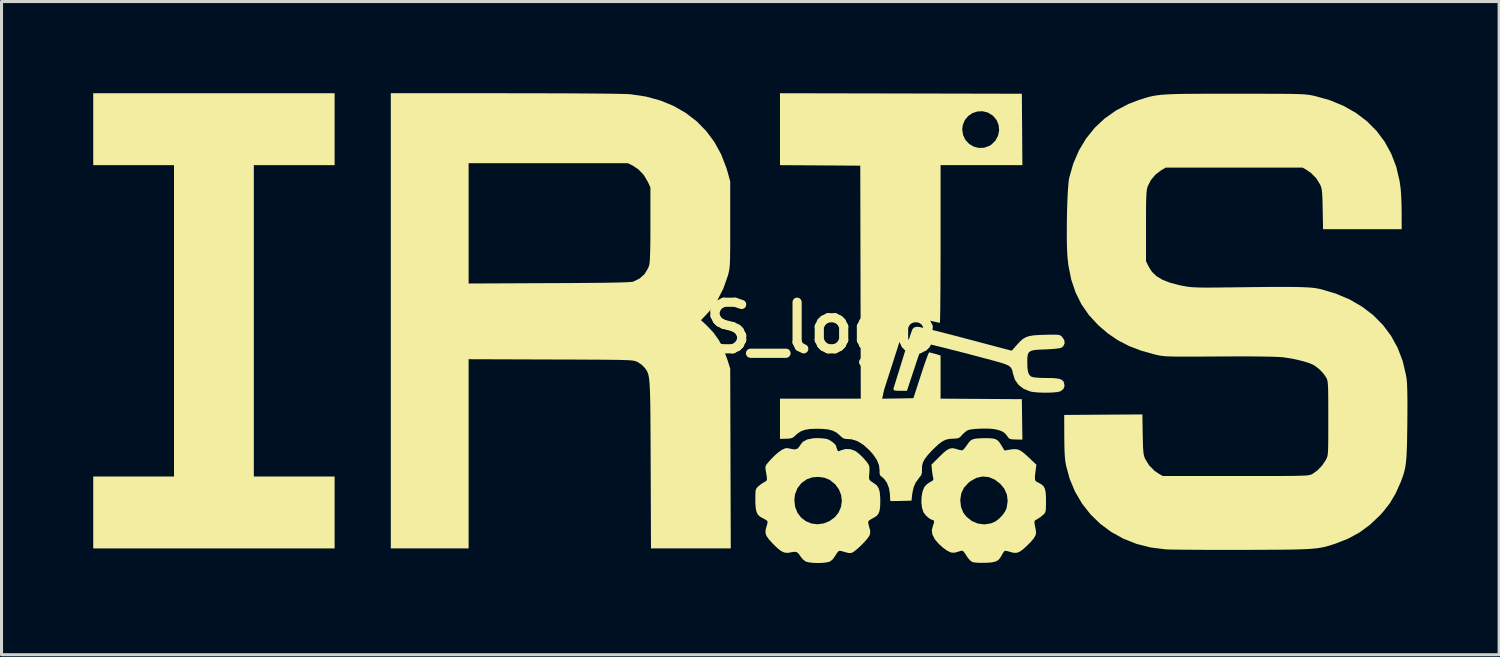
<source format=kicad_pcb>
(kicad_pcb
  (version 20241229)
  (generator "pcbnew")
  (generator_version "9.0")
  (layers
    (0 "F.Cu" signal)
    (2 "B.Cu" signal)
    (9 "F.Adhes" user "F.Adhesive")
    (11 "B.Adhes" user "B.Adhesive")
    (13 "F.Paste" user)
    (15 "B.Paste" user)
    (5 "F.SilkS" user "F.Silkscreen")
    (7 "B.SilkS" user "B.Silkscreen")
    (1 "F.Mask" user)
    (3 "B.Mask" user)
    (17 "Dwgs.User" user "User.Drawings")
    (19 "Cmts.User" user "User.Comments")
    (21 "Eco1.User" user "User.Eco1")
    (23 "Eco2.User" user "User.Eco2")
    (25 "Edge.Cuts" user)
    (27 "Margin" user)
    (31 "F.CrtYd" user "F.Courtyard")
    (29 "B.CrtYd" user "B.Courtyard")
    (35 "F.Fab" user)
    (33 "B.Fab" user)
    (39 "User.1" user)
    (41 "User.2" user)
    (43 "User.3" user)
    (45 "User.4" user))
  (footprint "IRIS_logo"
    (layer "F.Cu")
    (at 22.338 7.672)
    (property "Reference" "IRIS_logo" (at 0 0 0) (layer "F.SilkS") (effects (font (size 1.524 1.524) (thickness 0.3))))
    (attr board_only exclude_from_pos_files exclude_from_bom)
    (fp_poly (pts (xy -14.441 -5.319) (xy -17.084 -5.319) (xy -17.084 4.867) (xy -14.441 4.867) (xy -14.441 7.22) (xy -22.338 7.22) (xy -22.338 4.867) (xy -19.695 4.867) (xy -19.695 -5.319) (xy -22.338 -5.319) (xy -22.338 -7.672) (xy -14.441 -7.672)) (stroke (width 0) (type solid)) (fill yes) (layer "F.SilkS"))
    (fp_poly (pts (xy -8.856 -7.672) (xy -8.249 -7.671) (xy -7.682 -7.67) (xy -7.157 -7.669) (xy -6.677 -7.667) (xy -6.243 -7.664) (xy -5.859 -7.661) (xy -5.526 -7.658) (xy -5.248 -7.654) (xy -5.027 -7.649) (xy -4.865 -7.644) (xy -4.764 -7.639) (xy -4.754 -7.638) (xy -4.253 -7.563) (xy -3.784 -7.434) (xy -3.35 -7.256) (xy -2.954 -7.028) (xy -2.597 -6.754) (xy -2.284 -6.435) (xy -2.015 -6.074) (xy -1.795 -5.672) (xy -1.625 -5.232) (xy -1.588 -5.109) (xy -1.499 -4.787) (xy -1.499 -3.385) (xy -1.499 -3.046) (xy -1.499 -2.766) (xy -1.501 -2.536) (xy -1.503 -2.351) (xy -1.506 -2.203) (xy -1.511 -2.085) (xy -1.518 -1.991) (xy -1.528 -1.914) (xy -1.539 -1.848) (xy -1.554 -1.784) (xy -1.572 -1.718) (xy -1.574 -1.708) (xy -1.721 -1.287) (xy -1.917 -0.903) (xy -2.163 -0.561) (xy -2.288 -0.422) (xy -2.455 -0.248) (xy -2.277 -0.084) (xy -2.052 0.152) (xy -1.868 0.41) (xy -1.717 0.705) (xy -1.59 1.049) (xy -1.588 1.054) (xy -1.499 1.338) (xy -1.49 4.279) (xy -1.481 7.22) (xy -4.091 7.22) (xy -4.101 4.489) (xy -4.103 3.987) (xy -4.105 3.547) (xy -4.108 3.162) (xy -4.11 2.829) (xy -4.113 2.543) (xy -4.118 2.301) (xy -4.123 2.099) (xy -4.131 1.931) (xy -4.14 1.794) (xy -4.151 1.683) (xy -4.164 1.594) (xy -4.18 1.524) (xy -4.199 1.468) (xy -4.221 1.421) (xy -4.246 1.379) (xy -4.275 1.339) (xy -4.303 1.303) (xy -4.39 1.216) (xy -4.501 1.138) (xy -4.541 1.116) (xy -4.569 1.104) (xy -4.598 1.093) (xy -4.632 1.084) (xy -4.676 1.076) (xy -4.734 1.069) (xy -4.811 1.063) (xy -4.911 1.059) (xy -5.038 1.055) (xy -5.196 1.051) (xy -5.39 1.049) (xy -5.624 1.046) (xy -5.902 1.045) (xy -6.229 1.043) (xy -6.609 1.041) (xy -7.047 1.04) (xy -7.373 1.039) (xy -10.057 1.03) (xy -10.057 7.22) (xy -12.603 7.22) (xy -12.603 -1.447) (xy -10.057 -1.447) (xy -7.422 -1.459) (xy -6.908 -1.461) (xy -6.456 -1.464) (xy -6.062 -1.467) (xy -5.724 -1.47) (xy -5.439 -1.474) (xy -5.203 -1.479) (xy -5.014 -1.484) (xy -4.868 -1.49) (xy -4.764 -1.496) (xy -4.697 -1.503) (xy -4.67 -1.509) (xy -4.464 -1.609) (xy -4.301 -1.757) (xy -4.185 -1.948) (xy -4.15 -2.044) (xy -4.139 -2.105) (xy -4.129 -2.207) (xy -4.122 -2.353) (xy -4.116 -2.549) (xy -4.112 -2.798) (xy -4.11 -3.104) (xy -4.11 -3.385) (xy -4.11 -4.593) (xy -4.195 -4.774) (xy -4.331 -5.002) (xy -4.504 -5.183) (xy -4.682 -5.301) (xy -4.848 -5.383) (xy -10.057 -5.383) (xy -10.057 -1.447) (xy -12.603 -1.447) (xy -12.603 -7.672)) (stroke (width 0) (type solid)) (fill yes) (layer "F.SilkS"))
    (fp_poly (pts (xy 4.686 -0.024) (xy 4.797 -0.001) (xy 4.955 0.036) (xy 5.154 0.083) (xy 5.386 0.141) (xy 5.645 0.207) (xy 5.921 0.279) (xy 6.04 0.31) (xy 6.326 0.386) (xy 6.599 0.458) (xy 6.852 0.525) (xy 7.077 0.585) (xy 7.265 0.634) (xy 7.41 0.673) (xy 7.503 0.697) (xy 7.522 0.702) (xy 7.712 0.751) (xy 7.873 0.568) (xy 7.977 0.455) (xy 8.071 0.371) (xy 8.168 0.313) (xy 8.281 0.274) (xy 8.422 0.25) (xy 8.605 0.237) (xy 8.79 0.231) (xy 8.978 0.227) (xy 9.112 0.226) (xy 9.204 0.229) (xy 9.264 0.238) (xy 9.305 0.254) (xy 9.338 0.278) (xy 9.362 0.302) (xy 9.43 0.404) (xy 9.442 0.509) (xy 9.398 0.603) (xy 9.336 0.653) (xy 9.276 0.669) (xy 9.164 0.685) (xy 9.011 0.698) (xy 8.828 0.708) (xy 8.805 0.709) (xy 8.598 0.717) (xy 8.446 0.731) (xy 8.342 0.756) (xy 8.276 0.799) (xy 8.239 0.867) (xy 8.223 0.966) (xy 8.22 1.102) (xy 8.22 1.146) (xy 8.226 1.328) (xy 8.247 1.456) (xy 8.287 1.543) (xy 8.348 1.597) (xy 8.37 1.608) (xy 8.433 1.622) (xy 8.544 1.634) (xy 8.689 1.642) (xy 8.831 1.644) (xy 9.035 1.647) (xy 9.184 1.658) (xy 9.288 1.678) (xy 9.358 1.711) (xy 9.402 1.759) (xy 9.417 1.786) (xy 9.44 1.902) (xy 9.403 2.002) (xy 9.312 2.076) (xy 9.299 2.081) (xy 9.209 2.103) (xy 9.073 2.117) (xy 8.907 2.125) (xy 8.729 2.124) (xy 8.557 2.117) (xy 8.408 2.102) (xy 8.315 2.084) (xy 8.101 1.998) (xy 7.934 1.869) (xy 7.816 1.702) (xy 7.751 1.499) (xy 7.749 1.489) (xy 7.727 1.387) (xy 7.689 1.311) (xy 7.626 1.252) (xy 7.526 1.202) (xy 7.379 1.152) (xy 7.284 1.124) (xy 7.102 1.074) (xy 6.89 1.017) (xy 6.656 0.954) (xy 6.408 0.889) (xy 6.154 0.823) (xy 5.901 0.758) (xy 5.657 0.696) (xy 5.429 0.638) (xy 5.226 0.588) (xy 5.055 0.547) (xy 4.924 0.516) (xy 4.841 0.498) (xy 4.813 0.495) (xy 4.799 0.529) (xy 4.767 0.615) (xy 4.722 0.747) (xy 4.665 0.914) (xy 4.599 1.109) (xy 4.54 1.287) (xy 4.283 2.063) (xy 4.059 2.063) (xy 3.937 2.061) (xy 3.869 2.05) (xy 3.843 2.022) (xy 3.849 1.968) (xy 3.866 1.915) (xy 3.883 1.86) (xy 3.916 1.752) (xy 3.963 1.601) (xy 4.021 1.416) (xy 4.086 1.205) (xy 4.156 0.977) (xy 4.159 0.967) (xy 4.23 0.74) (xy 4.297 0.53) (xy 4.357 0.347) (xy 4.407 0.199) (xy 4.445 0.094) (xy 4.467 0.041) (xy 4.468 0.04) (xy 4.527 -0.015) (xy 4.621 -0.032) (xy 4.63 -0.032)) (stroke (width 0) (type solid)) (fill yes) (layer "F.SilkS"))
    (fp_poly (pts (xy 7.096 3.624) (xy 7.188 3.648) (xy 7.258 3.691) (xy 7.317 3.76) (xy 7.364 3.834) (xy 7.475 4.017) (xy 7.666 3.985) (xy 7.783 3.971) (xy 7.879 3.976) (xy 7.968 4.006) (xy 8.065 4.067) (xy 8.182 4.166) (xy 8.28 4.256) (xy 8.518 4.481) (xy 8.495 4.65) (xy 8.476 4.805) (xy 8.468 4.909) (xy 8.474 4.975) (xy 8.496 5.017) (xy 8.538 5.046) (xy 8.579 5.067) (xy 8.679 5.122) (xy 8.75 5.183) (xy 8.795 5.264) (xy 8.82 5.376) (xy 8.83 5.532) (xy 8.832 5.664) (xy 8.831 5.823) (xy 8.828 5.932) (xy 8.818 6.003) (xy 8.801 6.051) (xy 8.772 6.089) (xy 8.742 6.119) (xy 8.649 6.195) (xy 8.548 6.26) (xy 8.545 6.262) (xy 8.494 6.289) (xy 8.464 6.315) (xy 8.453 6.354) (xy 8.459 6.42) (xy 8.48 6.526) (xy 8.498 6.616) (xy 8.507 6.708) (xy 8.487 6.796) (xy 8.432 6.891) (xy 8.336 7.004) (xy 8.234 7.108) (xy 8.098 7.235) (xy 7.989 7.317) (xy 7.895 7.359) (xy 7.801 7.367) (xy 7.696 7.345) (xy 7.66 7.333) (xy 7.566 7.307) (xy 7.497 7.298) (xy 7.477 7.302) (xy 7.444 7.341) (xy 7.398 7.415) (xy 7.381 7.448) (xy 7.323 7.544) (xy 7.256 7.611) (xy 7.168 7.654) (xy 7.046 7.678) (xy 6.876 7.69) (xy 6.819 7.691) (xy 6.642 7.691) (xy 6.506 7.681) (xy 6.421 7.664) (xy 6.412 7.66) (xy 6.345 7.608) (xy 6.276 7.528) (xy 6.264 7.51) (xy 6.191 7.397) (xy 6.142 7.329) (xy 6.102 7.298) (xy 6.057 7.296) (xy 5.995 7.315) (xy 5.956 7.328) (xy 5.845 7.358) (xy 5.76 7.359) (xy 5.699 7.343) (xy 5.582 7.284) (xy 5.449 7.186) (xy 5.319 7.066) (xy 5.212 6.941) (xy 5.184 6.9) (xy 5.113 6.756) (xy 5.097 6.622) (xy 5.134 6.477) (xy 5.141 6.458) (xy 5.172 6.358) (xy 5.16 6.302) (xy 5.11 6.286) (xy 5.049 6.262) (xy 4.97 6.204) (xy 4.89 6.126) (xy 4.83 6.047) (xy 4.822 6.032) (xy 4.775 5.888) (xy 4.755 5.712) (xy 4.757 5.65) (xy 6.028 5.65) (xy 6.052 5.867) (xy 6.128 6.051) (xy 6.231 6.184) (xy 6.406 6.323) (xy 6.604 6.407) (xy 6.814 6.434) (xy 7.025 6.402) (xy 7.157 6.349) (xy 7.278 6.265) (xy 7.396 6.147) (xy 7.491 6.016) (xy 7.543 5.901) (xy 7.579 5.669) (xy 7.553 5.457) (xy 7.466 5.263) (xy 7.338 5.108) (xy 7.153 4.966) (xy 6.957 4.885) (xy 6.757 4.867) (xy 6.557 4.911) (xy 6.364 5.018) (xy 6.295 5.073) (xy 6.149 5.233) (xy 6.063 5.409) (xy 6.029 5.613) (xy 6.028 5.65) (xy 4.757 5.65) (xy 4.762 5.527) (xy 4.794 5.354) (xy 4.851 5.215) (xy 4.865 5.193) (xy 4.94 5.116) (xy 5.036 5.051) (xy 5.047 5.046) (xy 5.122 5.003) (xy 5.148 4.961) (xy 5.143 4.921) (xy 5.128 4.85) (xy 5.112 4.744) (xy 5.103 4.666) (xy 5.084 4.48) (xy 5.339 4.225) (xy 5.478 4.091) (xy 5.589 4.002) (xy 5.683 3.954) (xy 5.772 3.94) (xy 5.867 3.957) (xy 5.924 3.976) (xy 6.017 4.002) (xy 6.09 4.009) (xy 6.109 4.005) (xy 6.149 3.966) (xy 6.208 3.891) (xy 6.259 3.82) (xy 6.321 3.734) (xy 6.383 3.677) (xy 6.46 3.642) (xy 6.566 3.624) (xy 6.716 3.616) (xy 6.785 3.614) (xy 6.966 3.614)) (stroke (width 0) (type solid)) (fill yes) (layer "F.SilkS"))
    (fp_poly (pts (xy 1.471 3.615) (xy 1.594 3.627) (xy 1.674 3.642) (xy 1.754 3.678) (xy 1.841 3.735) (xy 1.916 3.798) (xy 1.961 3.854) (xy 1.966 3.872) (xy 1.977 3.917) (xy 1.997 3.977) (xy 2.023 4.032) (xy 2.057 4.04) (xy 2.118 4.012) (xy 2.27 3.967) (xy 2.435 3.973) (xy 2.589 4.03) (xy 2.63 4.056) (xy 2.747 4.152) (xy 2.86 4.264) (xy 2.958 4.377) (xy 3.026 4.476) (xy 3.049 4.529) (xy 3.058 4.611) (xy 3.056 4.723) (xy 3.05 4.788) (xy 3.041 4.893) (xy 3.052 4.962) (xy 3.094 5.015) (xy 3.178 5.072) (xy 3.217 5.096) (xy 3.3 5.161) (xy 3.357 5.249) (xy 3.392 5.37) (xy 3.408 5.536) (xy 3.411 5.674) (xy 3.405 5.86) (xy 3.385 5.996) (xy 3.345 6.093) (xy 3.281 6.164) (xy 3.186 6.222) (xy 3.175 6.228) (xy 3.088 6.276) (xy 3.029 6.321) (xy 3.017 6.338) (xy 3.017 6.392) (xy 3.036 6.479) (xy 3.05 6.525) (xy 3.08 6.638) (xy 3.078 6.728) (xy 3.065 6.777) (xy 3.024 6.85) (xy 2.946 6.949) (xy 2.844 7.059) (xy 2.732 7.169) (xy 2.623 7.266) (xy 2.528 7.337) (xy 2.467 7.368) (xy 2.374 7.369) (xy 2.257 7.341) (xy 2.244 7.336) (xy 2.15 7.308) (xy 2.078 7.298) (xy 2.059 7.301) (xy 2.019 7.338) (xy 1.966 7.412) (xy 1.938 7.46) (xy 1.858 7.575) (xy 1.765 7.648) (xy 1.761 7.649) (xy 1.663 7.676) (xy 1.523 7.692) (xy 1.362 7.697) (xy 1.202 7.691) (xy 1.064 7.674) (xy 0.968 7.647) (xy 0.887 7.586) (xy 0.811 7.498) (xy 0.796 7.473) (xy 0.732 7.38) (xy 0.664 7.335) (xy 0.573 7.331) (xy 0.474 7.351) (xy 0.365 7.367) (xy 0.265 7.352) (xy 0.161 7.302) (xy 0.043 7.21) (xy -0.1 7.07) (xy -0.108 7.062) (xy -0.231 6.926) (xy -0.308 6.817) (xy -0.343 6.72) (xy -0.343 6.622) (xy -0.314 6.516) (xy -0.287 6.423) (xy -0.276 6.352) (xy -0.278 6.334) (xy -0.315 6.297) (xy -0.39 6.252) (xy -0.426 6.234) (xy -0.526 6.179) (xy -0.596 6.111) (xy -0.641 6.019) (xy -0.666 5.89) (xy -0.676 5.714) (xy -0.677 5.642) (xy 0.599 5.642) (xy 0.625 5.863) (xy 0.702 6.055) (xy 0.822 6.212) (xy 0.977 6.331) (xy 1.158 6.405) (xy 1.356 6.43) (xy 1.564 6.401) (xy 1.749 6.326) (xy 1.924 6.199) (xy 2.05 6.04) (xy 2.126 5.86) (xy 2.153 5.668) (xy 2.13 5.475) (xy 2.058 5.29) (xy 1.937 5.123) (xy 1.766 4.984) (xy 1.748 4.973) (xy 1.576 4.905) (xy 1.38 4.879) (xy 1.183 4.896) (xy 1.011 4.955) (xy 0.829 5.085) (xy 0.698 5.253) (xy 0.62 5.455) (xy 0.599 5.642) (xy -0.677 5.642) (xy -0.677 5.63) (xy -0.676 5.476) (xy -0.672 5.372) (xy -0.662 5.303) (xy -0.642 5.257) (xy -0.61 5.218) (xy -0.587 5.195) (xy -0.494 5.119) (xy -0.393 5.054) (xy -0.39 5.052) (xy -0.342 5.027) (xy -0.312 5.003) (xy -0.298 4.968) (xy -0.299 4.908) (xy -0.313 4.812) (xy -0.337 4.665) (xy -0.34 4.653) (xy -0.348 4.588) (xy -0.343 4.536) (xy -0.318 4.483) (xy -0.264 4.414) (xy -0.174 4.314) (xy -0.16 4.298) (xy -0.052 4.188) (xy 0.061 4.088) (xy 0.159 4.015) (xy 0.185 3.999) (xy 0.279 3.953) (xy 0.35 3.937) (xy 0.429 3.948) (xy 0.465 3.957) (xy 0.597 3.98) (xy 0.69 3.963) (xy 0.756 3.899) (xy 0.785 3.848) (xy 0.875 3.734) (xy 1.016 3.657) (xy 1.21 3.617) (xy 1.338 3.611)) (stroke (width 0) (type solid)) (fill yes) (layer "F.SilkS"))
    (fp_poly (pts (xy 4.086 -7.664) (xy 8.042 -7.655) (xy 8.051 -6.487) (xy 8.059 -5.319) (xy 5.383 -5.319) (xy 5.383 -2.74) (xy 5.383 -2.338) (xy 5.382 -1.956) (xy 5.38 -1.598) (xy 5.379 -1.268) (xy 5.376 -0.972) (xy 5.374 -0.715) (xy 5.371 -0.501) (xy 5.368 -0.334) (xy 5.364 -0.221) (xy 5.36 -0.166) (xy 5.359 -0.161) (xy 5.32 -0.168) (xy 5.231 -0.187) (xy 5.107 -0.215) (xy 4.972 -0.246) (xy 4.816 -0.282) (xy 4.707 -0.304) (xy 4.63 -0.313) (xy 4.571 -0.309) (xy 4.514 -0.294) (xy 4.462 -0.275) (xy 4.327 -0.2) (xy 4.251 -0.117) (xy 4.222 -0.054) (xy 4.178 0.059) (xy 4.123 0.209) (xy 4.064 0.384) (xy 4.011 0.548) (xy 3.94 0.772) (xy 3.862 1.015) (xy 3.785 1.255) (xy 3.716 1.469) (xy 3.686 1.561) (xy 3.633 1.724) (xy 3.587 1.868) (xy 3.552 1.98) (xy 3.532 2.048) (xy 3.529 2.06) (xy 3.514 2.127) (xy 3.495 2.216) (xy 3.495 2.217) (xy 3.473 2.322) (xy 3.983 2.314) (xy 4.494 2.305) (xy 4.737 1.556) (xy 4.805 1.349) (xy 4.868 1.163) (xy 4.923 1.009) (xy 4.967 0.892) (xy 4.997 0.823) (xy 5.007 0.807) (xy 5.051 0.815) (xy 5.136 0.836) (xy 5.209 0.856) (xy 5.383 0.907) (xy 5.383 2.32) (xy 8.042 2.337) (xy 8.051 2.999) (xy 8.06 3.661) (xy 7.846 3.656) (xy 7.729 3.651) (xy 7.658 3.639) (xy 7.613 3.611) (xy 7.576 3.562) (xy 7.57 3.553) (xy 7.494 3.457) (xy 7.399 3.391) (xy 7.267 3.344) (xy 7.152 3.319) (xy 7.025 3.304) (xy 6.864 3.299) (xy 6.69 3.301) (xy 6.522 3.31) (xy 6.378 3.327) (xy 6.278 3.349) (xy 6.273 3.351) (xy 6.21 3.391) (xy 6.131 3.461) (xy 6.092 3.502) (xy 6.027 3.572) (xy 5.969 3.609) (xy 5.896 3.625) (xy 5.788 3.629) (xy 5.659 3.638) (xy 5.547 3.666) (xy 5.44 3.719) (xy 5.324 3.805) (xy 5.187 3.932) (xy 5.114 4.004) (xy 4.969 4.16) (xy 4.869 4.289) (xy 4.807 4.405) (xy 4.778 4.519) (xy 4.774 4.643) (xy 4.773 4.746) (xy 4.749 4.822) (xy 4.689 4.903) (xy 4.676 4.918) (xy 4.568 5.066) (xy 4.499 5.227) (xy 4.458 5.423) (xy 4.454 5.46) (xy 4.432 5.657) (xy 4.086 5.666) (xy 3.945 5.669) (xy 3.831 5.67) (xy 3.758 5.669) (xy 3.737 5.666) (xy 3.735 5.632) (xy 3.731 5.551) (xy 3.726 5.442) (xy 3.696 5.247) (xy 3.628 5.073) (xy 3.53 4.936) (xy 3.461 4.878) (xy 3.411 4.835) (xy 3.389 4.778) (xy 3.388 4.683) (xy 3.388 4.677) (xy 3.37 4.501) (xy 3.296 4.32) (xy 3.164 4.13) (xy 3.059 4.012) (xy 2.861 3.832) (xy 2.669 3.713) (xy 2.48 3.652) (xy 2.369 3.642) (xy 2.262 3.637) (xy 2.189 3.611) (xy 2.118 3.553) (xy 2.096 3.53) (xy 1.987 3.436) (xy 1.864 3.37) (xy 1.713 3.329) (xy 1.523 3.309) (xy 1.338 3.305) (xy 1.121 3.312) (xy 0.952 3.338) (xy 0.817 3.387) (xy 0.699 3.464) (xy 0.616 3.54) (xy 0.558 3.59) (xy 0.491 3.617) (xy 0.393 3.629) (xy 0.33 3.631) (xy 0.129 3.636) (xy 0.129 2.321) (xy 2.772 2.321) (xy 2.764 -1.491) (xy 2.756 -5.302) (xy 1.442 -5.311) (xy 0.129 -5.319) (xy 0.129 -6.484) (xy 6.092 -6.484) (xy 6.121 -6.299) (xy 6.199 -6.14) (xy 6.317 -6.015) (xy 6.464 -5.927) (xy 6.63 -5.883) (xy 6.804 -5.888) (xy 6.975 -5.947) (xy 7.04 -5.987) (xy 7.175 -6.118) (xy 7.261 -6.276) (xy 7.298 -6.449) (xy 7.284 -6.625) (xy 7.219 -6.79) (xy 7.103 -6.931) (xy 7.093 -6.94) (xy 6.932 -7.039) (xy 6.76 -7.083) (xy 6.588 -7.075) (xy 6.427 -7.022) (xy 6.286 -6.927) (xy 6.177 -6.795) (xy 6.109 -6.631) (xy 6.092 -6.484) (xy 0.129 -6.484) (xy 0.129 -7.672)) (stroke (width 0) (type solid)) (fill yes) (layer "F.SilkS"))
    (fp_poly (pts (xy 15.005 -7.655) (xy 15.444 -7.655) (xy 15.824 -7.655) (xy 16.15 -7.654) (xy 16.427 -7.653) (xy 16.659 -7.652) (xy 16.852 -7.65) (xy 17.011 -7.646) (xy 17.141 -7.642) (xy 17.248 -7.637) (xy 17.335 -7.63) (xy 17.409 -7.622) (xy 17.474 -7.612) (xy 17.535 -7.601) (xy 17.598 -7.588) (xy 17.625 -7.582) (xy 18.115 -7.445) (xy 18.563 -7.26) (xy 18.969 -7.03) (xy 19.33 -6.757) (xy 19.644 -6.442) (xy 19.91 -6.087) (xy 20.126 -5.695) (xy 20.29 -5.268) (xy 20.399 -4.807) (xy 20.435 -4.545) (xy 20.447 -4.399) (xy 20.457 -4.209) (xy 20.464 -3.999) (xy 20.467 -3.789) (xy 20.468 -3.731) (xy 20.468 -3.223) (xy 17.896 -3.223) (xy 17.884 -3.876) (xy 17.879 -4.104) (xy 17.873 -4.277) (xy 17.865 -4.407) (xy 17.855 -4.503) (xy 17.841 -4.576) (xy 17.821 -4.636) (xy 17.805 -4.675) (xy 17.673 -4.89) (xy 17.496 -5.069) (xy 17.377 -5.151) (xy 17.229 -5.238) (xy 12.748 -5.238) (xy 12.598 -5.15) (xy 12.413 -5.009) (xy 12.262 -4.829) (xy 12.161 -4.63) (xy 12.161 -4.629) (xy 12.146 -4.579) (xy 12.133 -4.522) (xy 12.124 -4.45) (xy 12.116 -4.356) (xy 12.111 -4.234) (xy 12.107 -4.076) (xy 12.105 -3.875) (xy 12.104 -3.623) (xy 12.104 -3.32) (xy 12.104 -2.176) (xy 12.196 -1.988) (xy 12.301 -1.825) (xy 12.447 -1.687) (xy 12.638 -1.572) (xy 12.88 -1.476) (xy 13.177 -1.396) (xy 13.329 -1.366) (xy 13.419 -1.35) (xy 13.509 -1.337) (xy 13.606 -1.327) (xy 13.717 -1.321) (xy 13.851 -1.316) (xy 14.016 -1.314) (xy 14.22 -1.314) (xy 14.471 -1.316) (xy 14.777 -1.32) (xy 14.844 -1.32) (xy 15.324 -1.326) (xy 15.745 -1.331) (xy 16.111 -1.334) (xy 16.427 -1.335) (xy 16.698 -1.336) (xy 16.927 -1.334) (xy 17.121 -1.331) (xy 17.283 -1.325) (xy 17.419 -1.318) (xy 17.533 -1.309) (xy 17.63 -1.298) (xy 17.715 -1.284) (xy 17.792 -1.268) (xy 17.813 -1.264) (xy 18.308 -1.118) (xy 18.762 -0.927) (xy 19.171 -0.691) (xy 19.535 -0.413) (xy 19.852 -0.094) (xy 20.119 0.263) (xy 20.336 0.657) (xy 20.5 1.086) (xy 20.609 1.549) (xy 20.632 1.695) (xy 20.642 1.818) (xy 20.65 2.002) (xy 20.655 2.245) (xy 20.657 2.543) (xy 20.655 2.892) (xy 20.653 3.149) (xy 20.648 3.492) (xy 20.643 3.779) (xy 20.635 4.018) (xy 20.625 4.217) (xy 20.611 4.383) (xy 20.592 4.525) (xy 20.567 4.652) (xy 20.536 4.77) (xy 20.497 4.889) (xy 20.45 5.015) (xy 20.424 5.079) (xy 20.265 5.431) (xy 20.081 5.74) (xy 19.859 6.024) (xy 19.751 6.143) (xy 19.43 6.446) (xy 19.094 6.694) (xy 18.729 6.894) (xy 18.323 7.056) (xy 18.316 7.059) (xy 18.202 7.096) (xy 18.098 7.129) (xy 17.998 7.157) (xy 17.896 7.181) (xy 17.788 7.201) (xy 17.667 7.217) (xy 17.53 7.23) (xy 17.369 7.241) (xy 17.181 7.249) (xy 16.959 7.255) (xy 16.698 7.259) (xy 16.393 7.262) (xy 16.038 7.264) (xy 15.629 7.266) (xy 15.263 7.267) (xy 14.882 7.267) (xy 14.512 7.267) (xy 14.159 7.267) (xy 13.83 7.265) (xy 13.531 7.263) (xy 13.269 7.261) (xy 13.049 7.258) (xy 12.878 7.255) (xy 12.762 7.251) (xy 12.732 7.249) (xy 12.248 7.187) (xy 11.789 7.07) (xy 11.36 6.899) (xy 10.965 6.68) (xy 10.606 6.414) (xy 10.287 6.104) (xy 10.012 5.754) (xy 9.784 5.366) (xy 9.607 4.944) (xy 9.489 4.513) (xy 9.468 4.391) (xy 9.452 4.255) (xy 9.441 4.092) (xy 9.434 3.892) (xy 9.431 3.643) (xy 9.43 3.546) (xy 9.428 2.853) (xy 10.707 2.844) (xy 11.985 2.836) (xy 11.996 3.489) (xy 12.001 3.716) (xy 12.006 3.889) (xy 12.014 4.018) (xy 12.024 4.114) (xy 12.038 4.186) (xy 12.057 4.246) (xy 12.075 4.289) (xy 12.207 4.503) (xy 12.385 4.683) (xy 12.503 4.764) (xy 12.652 4.851) (xy 15.037 4.851) (xy 15.486 4.851) (xy 15.875 4.851) (xy 16.208 4.851) (xy 16.491 4.85) (xy 16.727 4.848) (xy 16.922 4.847) (xy 17.08 4.844) (xy 17.205 4.84) (xy 17.303 4.836) (xy 17.376 4.83) (xy 17.431 4.823) (xy 17.472 4.815) (xy 17.503 4.805) (xy 17.529 4.793) (xy 17.551 4.781) (xy 17.714 4.666) (xy 17.866 4.507) (xy 17.986 4.328) (xy 17.991 4.319) (xy 18.01 4.281) (xy 18.026 4.243) (xy 18.039 4.2) (xy 18.049 4.144) (xy 18.056 4.068) (xy 18.061 3.966) (xy 18.064 3.83) (xy 18.066 3.655) (xy 18.067 3.433) (xy 18.067 3.157) (xy 18.067 2.965) (xy 18.067 2.654) (xy 18.066 2.4) (xy 18.065 2.198) (xy 18.062 2.039) (xy 18.058 1.918) (xy 18.052 1.828) (xy 18.044 1.761) (xy 18.034 1.712) (xy 18.02 1.673) (xy 18.003 1.638) (xy 17.997 1.626) (xy 17.905 1.494) (xy 17.777 1.361) (xy 17.637 1.25) (xy 17.572 1.211) (xy 17.44 1.156) (xy 17.26 1.1) (xy 17.052 1.047) (xy 16.833 1.003) (xy 16.619 0.971) (xy 16.599 0.968) (xy 16.478 0.958) (xy 16.306 0.951) (xy 16.082 0.945) (xy 15.804 0.941) (xy 15.468 0.938) (xy 15.073 0.938) (xy 14.617 0.94) (xy 14.488 0.94) (xy 14.105 0.943) (xy 13.781 0.944) (xy 13.509 0.945) (xy 13.284 0.945) (xy 13.1 0.944) (xy 12.95 0.941) (xy 12.829 0.937) (xy 12.732 0.932) (xy 12.651 0.924) (xy 12.581 0.914) (xy 12.516 0.903) (xy 12.451 0.888) (xy 12.394 0.875) (xy 11.946 0.75) (xy 11.547 0.598) (xy 11.187 0.411) (xy 10.854 0.185) (xy 10.539 -0.086) (xy 10.533 -0.092) (xy 10.234 -0.417) (xy 9.99 -0.77) (xy 9.798 -1.157) (xy 9.657 -1.58) (xy 9.565 -2.041) (xy 9.537 -2.289) (xy 9.525 -2.467) (xy 9.517 -2.686) (xy 9.513 -2.938) (xy 9.513 -3.211) (xy 9.515 -3.495) (xy 9.52 -3.78) (xy 9.528 -4.056) (xy 9.539 -4.313) (xy 9.552 -4.539) (xy 9.567 -4.726) (xy 9.583 -4.862) (xy 9.59 -4.899) (xy 9.723 -5.366) (xy 9.908 -5.797) (xy 10.143 -6.189) (xy 10.425 -6.54) (xy 10.754 -6.848) (xy 11.127 -7.11) (xy 11.541 -7.325) (xy 11.854 -7.445) (xy 11.971 -7.483) (xy 12.077 -7.517) (xy 12.176 -7.546) (xy 12.276 -7.57) (xy 12.38 -7.591) (xy 12.494 -7.608) (xy 12.623 -7.622) (xy 12.773 -7.632) (xy 12.948 -7.641) (xy 13.155 -7.647) (xy 13.397 -7.651) (xy 13.682 -7.653) (xy 14.013 -7.655) (xy 14.397 -7.655) (xy 14.837 -7.655)) (stroke (width 0) (type solid)) (fill yes) (layer "F.SilkS")))
  (gr_rect
    (start -3 -3)
    (end 45.994 18.369)
    (stroke (width 0.1) (type default))
    (fill no)
    (layer "Edge.Cuts")))
</source>
